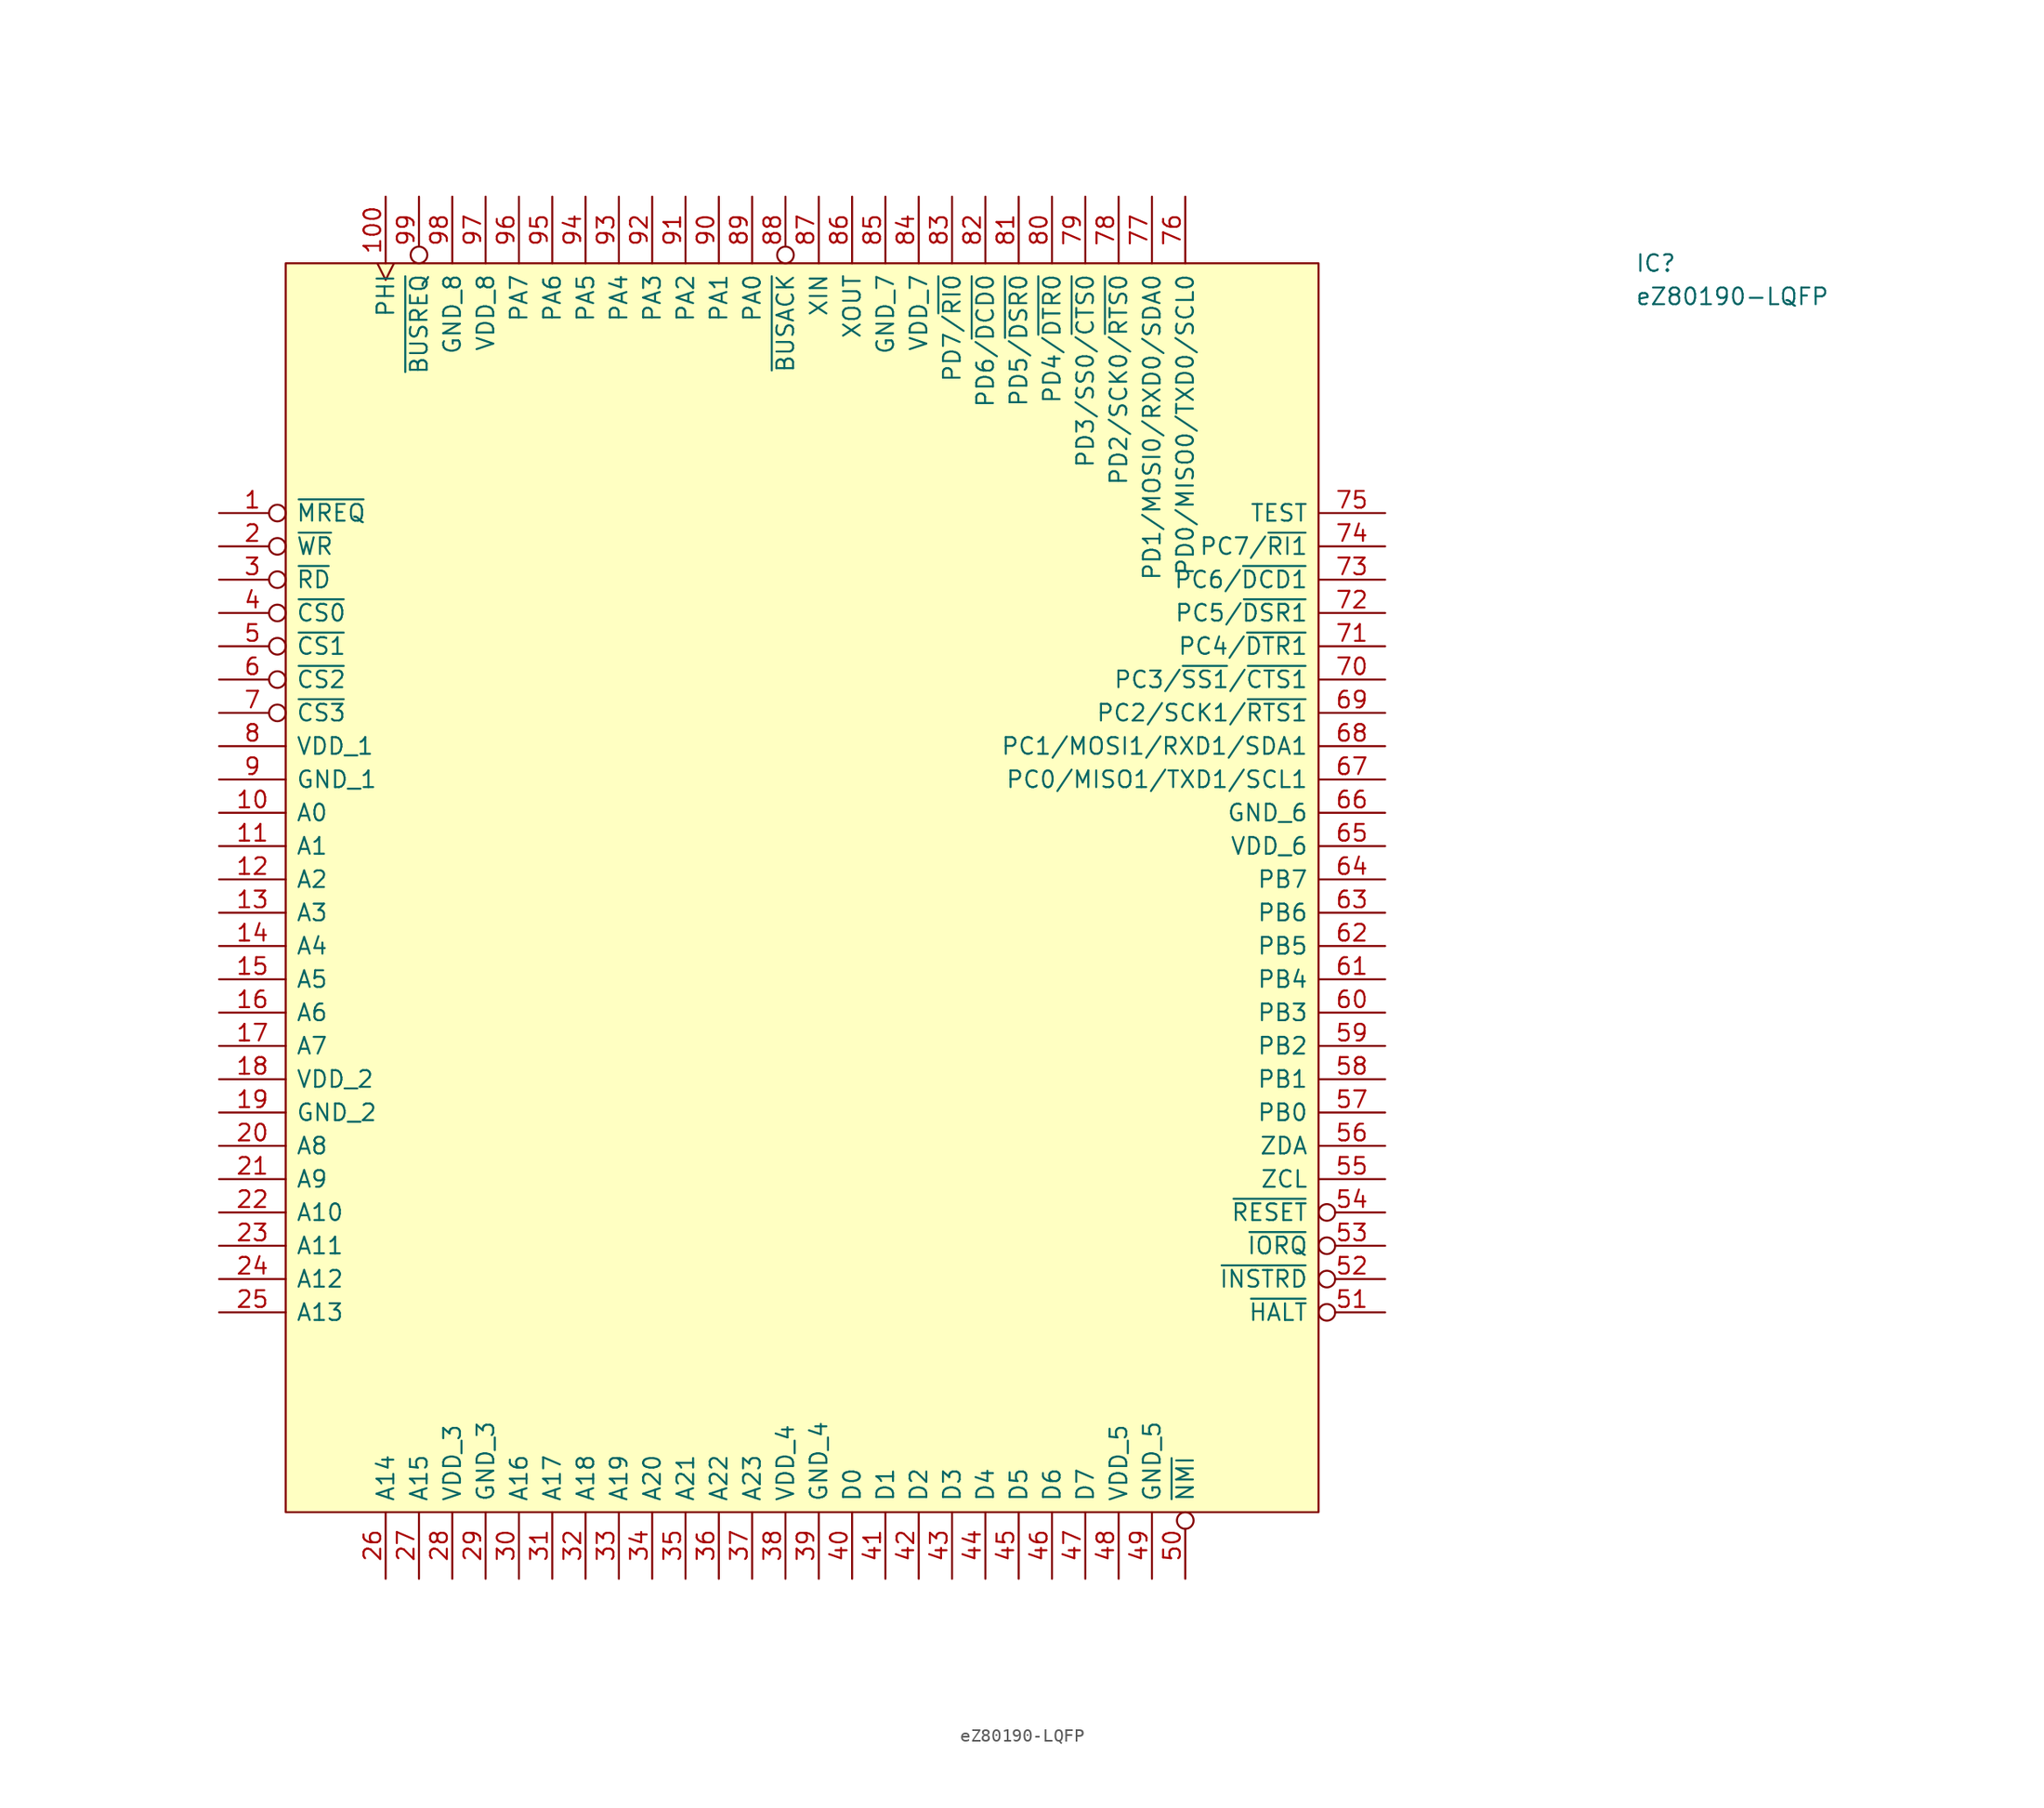
<source format=kicad_sym>
(kicad_symbol_lib
  (version 20211014)
  (generator kicad_symbol_editor)
  (symbol "eZ80190-LQFP"
    (pin_names
      (offset 0.762))
    (property "Reference" "IC"
      (at 102.87 0 0)
      (effects (font (size 1.27 1.27)) (justify left)))
    (property "Value" "eZ80190-LQFP"
      (at 102.87 -2.54 0)
      (effects (font (size 1.27 1.27)) (justify left)))
    (symbol "eZ80190-LQFP_0_0"
      (pin bidirectional inverted (at -5.08 -19.05 0) (length 5.08) (name "~{MREQ}" (effects (font (size 1.27 1.27)))) (number "1" (effects (font (size 1.27 1.27)))))
      (pin bidirectional line (at -5.08 -41.91 0) (length 5.08) (name "A0" (effects (font (size 1.27 1.27)))) (number "10" (effects (font (size 1.27 1.27)))))
      (pin output clock (at 7.62 5.08 270) (length 5.08) (name "PHI" (effects (font (size 1.27 1.27)))) (number "100" (effects (font (size 1.27 1.27)))))
      (pin bidirectional line (at -5.08 -44.45 0) (length 5.08) (name "A1" (effects (font (size 1.27 1.27)))) (number "11" (effects (font (size 1.27 1.27)))))
      (pin bidirectional line (at -5.08 -46.99 0) (length 5.08) (name "A2" (effects (font (size 1.27 1.27)))) (number "12" (effects (font (size 1.27 1.27)))))
      (pin bidirectional line (at -5.08 -49.53 0) (length 5.08) (name "A3" (effects (font (size 1.27 1.27)))) (number "13" (effects (font (size 1.27 1.27)))))
      (pin bidirectional line (at -5.08 -52.07 0) (length 5.08) (name "A4" (effects (font (size 1.27 1.27)))) (number "14" (effects (font (size 1.27 1.27)))))
      (pin bidirectional line (at -5.08 -54.61 0) (length 5.08) (name "A5" (effects (font (size 1.27 1.27)))) (number "15" (effects (font (size 1.27 1.27)))))
      (pin bidirectional line (at -5.08 -57.15 0) (length 5.08) (name "A6" (effects (font (size 1.27 1.27)))) (number "16" (effects (font (size 1.27 1.27)))))
      (pin bidirectional line (at -5.08 -59.69 0) (length 5.08) (name "A7" (effects (font (size 1.27 1.27)))) (number "17" (effects (font (size 1.27 1.27)))))
      (pin power_in line (at -5.08 -62.23 0) (length 5.08) (name "VDD_2" (effects (font (size 1.27 1.27)))) (number "18" (effects (font (size 1.27 1.27)))))
      (pin power_in line (at -5.08 -64.77 0) (length 5.08) (name "GND_2" (effects (font (size 1.27 1.27)))) (number "19" (effects (font (size 1.27 1.27)))))
      (pin output inverted (at -5.08 -21.59 0) (length 5.08) (name "~{WR}" (effects (font (size 1.27 1.27)))) (number "2" (effects (font (size 1.27 1.27)))))
      (pin bidirectional line (at -5.08 -67.31 0) (length 5.08) (name "A8" (effects (font (size 1.27 1.27)))) (number "20" (effects (font (size 1.27 1.27)))))
      (pin bidirectional line (at -5.08 -69.85 0) (length 5.08) (name "A9" (effects (font (size 1.27 1.27)))) (number "21" (effects (font (size 1.27 1.27)))))
      (pin bidirectional line (at -5.08 -72.39 0) (length 5.08) (name "A10" (effects (font (size 1.27 1.27)))) (number "22" (effects (font (size 1.27 1.27)))))
      (pin bidirectional line (at -5.08 -74.93 0) (length 5.08) (name "A11" (effects (font (size 1.27 1.27)))) (number "23" (effects (font (size 1.27 1.27)))))
      (pin bidirectional line (at -5.08 -77.47 0) (length 5.08) (name "A12" (effects (font (size 1.27 1.27)))) (number "24" (effects (font (size 1.27 1.27)))))
      (pin bidirectional line (at -5.08 -80.01 0) (length 5.08) (name "A13" (effects (font (size 1.27 1.27)))) (number "25" (effects (font (size 1.27 1.27)))))
      (pin bidirectional line (at 7.62 -100.33 90) (length 5.08) (name "A14" (effects (font (size 1.27 1.27)))) (number "26" (effects (font (size 1.27 1.27)))))
      (pin bidirectional line (at 10.16 -100.33 90) (length 5.08) (name "A15" (effects (font (size 1.27 1.27)))) (number "27" (effects (font (size 1.27 1.27)))))
      (pin power_in line (at 12.7 -100.33 90) (length 5.08) (name "VDD_3" (effects (font (size 1.27 1.27)))) (number "28" (effects (font (size 1.27 1.27)))))
      (pin power_in line (at 15.24 -100.33 90) (length 5.08) (name "GND_3" (effects (font (size 1.27 1.27)))) (number "29" (effects (font (size 1.27 1.27)))))
      (pin output inverted (at -5.08 -24.13 0) (length 5.08) (name "~{RD}" (effects (font (size 1.27 1.27)))) (number "3" (effects (font (size 1.27 1.27)))))
      (pin bidirectional line (at 17.78 -100.33 90) (length 5.08) (name "A16" (effects (font (size 1.27 1.27)))) (number "30" (effects (font (size 1.27 1.27)))))
      (pin bidirectional line (at 20.32 -100.33 90) (length 5.08) (name "A17" (effects (font (size 1.27 1.27)))) (number "31" (effects (font (size 1.27 1.27)))))
      (pin bidirectional line (at 22.86 -100.33 90) (length 5.08) (name "A18" (effects (font (size 1.27 1.27)))) (number "32" (effects (font (size 1.27 1.27)))))
      (pin bidirectional line (at 25.4 -100.33 90) (length 5.08) (name "A19" (effects (font (size 1.27 1.27)))) (number "33" (effects (font (size 1.27 1.27)))))
      (pin bidirectional line (at 27.94 -100.33 90) (length 5.08) (name "A20" (effects (font (size 1.27 1.27)))) (number "34" (effects (font (size 1.27 1.27)))))
      (pin bidirectional line (at 30.48 -100.33 90) (length 5.08) (name "A21" (effects (font (size 1.27 1.27)))) (number "35" (effects (font (size 1.27 1.27)))))
      (pin bidirectional line (at 33.02 -100.33 90) (length 5.08) (name "A22" (effects (font (size 1.27 1.27)))) (number "36" (effects (font (size 1.27 1.27)))))
      (pin bidirectional line (at 35.56 -100.33 90) (length 5.08) (name "A23" (effects (font (size 1.27 1.27)))) (number "37" (effects (font (size 1.27 1.27)))))
      (pin power_in line (at 38.1 -100.33 90) (length 5.08) (name "VDD_4" (effects (font (size 1.27 1.27)))) (number "38" (effects (font (size 1.27 1.27)))))
      (pin power_in line (at 40.64 -100.33 90) (length 5.08) (name "GND_4" (effects (font (size 1.27 1.27)))) (number "39" (effects (font (size 1.27 1.27)))))
      (pin output inverted (at -5.08 -26.67 0) (length 5.08) (name "~{CS0}" (effects (font (size 1.27 1.27)))) (number "4" (effects (font (size 1.27 1.27)))))
      (pin tri_state line (at 43.18 -100.33 90) (length 5.08) (name "D0" (effects (font (size 1.27 1.27)))) (number "40" (effects (font (size 1.27 1.27)))))
      (pin tri_state line (at 45.72 -100.33 90) (length 5.08) (name "D1" (effects (font (size 1.27 1.27)))) (number "41" (effects (font (size 1.27 1.27)))))
      (pin tri_state line (at 48.26 -100.33 90) (length 5.08) (name "D2" (effects (font (size 1.27 1.27)))) (number "42" (effects (font (size 1.27 1.27)))))
      (pin tri_state line (at 50.8 -100.33 90) (length 5.08) (name "D3" (effects (font (size 1.27 1.27)))) (number "43" (effects (font (size 1.27 1.27)))))
      (pin tri_state line (at 53.34 -100.33 90) (length 5.08) (name "D4" (effects (font (size 1.27 1.27)))) (number "44" (effects (font (size 1.27 1.27)))))
      (pin tri_state line (at 55.88 -100.33 90) (length 5.08) (name "D5" (effects (font (size 1.27 1.27)))) (number "45" (effects (font (size 1.27 1.27)))))
      (pin tri_state line (at 58.42 -100.33 90) (length 5.08) (name "D6" (effects (font (size 1.27 1.27)))) (number "46" (effects (font (size 1.27 1.27)))))
      (pin tri_state line (at 60.96 -100.33 90) (length 5.08) (name "D7" (effects (font (size 1.27 1.27)))) (number "47" (effects (font (size 1.27 1.27)))))
      (pin power_in line (at 63.5 -100.33 90) (length 5.08) (name "VDD_5" (effects (font (size 1.27 1.27)))) (number "48" (effects (font (size 1.27 1.27)))))
      (pin power_in line (at 66.04 -100.33 90) (length 5.08) (name "GND_5" (effects (font (size 1.27 1.27)))) (number "49" (effects (font (size 1.27 1.27)))))
      (pin output inverted (at -5.08 -29.21 0) (length 5.08) (name "~{CS1}" (effects (font (size 1.27 1.27)))) (number "5" (effects (font (size 1.27 1.27)))))
      (pin input inverted (at 68.58 -100.33 90) (length 5.08) (name "~{NMI}" (effects (font (size 1.27 1.27)))) (number "50" (effects (font (size 1.27 1.27)))))
      (pin output inverted (at 83.82 -80.01 180) (length 5.08) (name "~{HALT}" (effects (font (size 1.27 1.27)))) (number "51" (effects (font (size 1.27 1.27)))))
      (pin output inverted (at 83.82 -77.47 180) (length 5.08) (name "~{INSTRD}" (effects (font (size 1.27 1.27)))) (number "52" (effects (font (size 1.27 1.27)))))
      (pin bidirectional inverted (at 83.82 -74.93 180) (length 5.08) (name "~{IORQ}" (effects (font (size 1.27 1.27)))) (number "53" (effects (font (size 1.27 1.27)))))
      (pin input inverted (at 83.82 -72.39 180) (length 5.08) (name "~{RESET}" (effects (font (size 1.27 1.27)))) (number "54" (effects (font (size 1.27 1.27)))))
      (pin input line (at 83.82 -69.85 180) (length 5.08) (name "ZCL" (effects (font (size 1.27 1.27)))) (number "55" (effects (font (size 1.27 1.27)))))
      (pin open_collector line (at 83.82 -67.31 180) (length 5.08) (name "ZDA" (effects (font (size 1.27 1.27)))) (number "56" (effects (font (size 1.27 1.27)))))
      (pin bidirectional line (at 83.82 -64.77 180) (length 5.08) (name "PB0" (effects (font (size 1.27 1.27)))) (number "57" (effects (font (size 1.27 1.27)))))
      (pin bidirectional line (at 83.82 -62.23 180) (length 5.08) (name "PB1" (effects (font (size 1.27 1.27)))) (number "58" (effects (font (size 1.27 1.27)))))
      (pin bidirectional line (at 83.82 -59.69 180) (length 5.08) (name "PB2" (effects (font (size 1.27 1.27)))) (number "59" (effects (font (size 1.27 1.27)))))
      (pin output inverted (at -5.08 -31.75 0) (length 5.08) (name "~{CS2}" (effects (font (size 1.27 1.27)))) (number "6" (effects (font (size 1.27 1.27)))))
      (pin bidirectional line (at 83.82 -57.15 180) (length 5.08) (name "PB3" (effects (font (size 1.27 1.27)))) (number "60" (effects (font (size 1.27 1.27)))))
      (pin bidirectional line (at 83.82 -54.61 180) (length 5.08) (name "PB4" (effects (font (size 1.27 1.27)))) (number "61" (effects (font (size 1.27 1.27)))))
      (pin bidirectional line (at 83.82 -52.07 180) (length 5.08) (name "PB5" (effects (font (size 1.27 1.27)))) (number "62" (effects (font (size 1.27 1.27)))))
      (pin bidirectional line (at 83.82 -49.53 180) (length 5.08) (name "PB6" (effects (font (size 1.27 1.27)))) (number "63" (effects (font (size 1.27 1.27)))))
      (pin bidirectional line (at 83.82 -46.99 180) (length 5.08) (name "PB7" (effects (font (size 1.27 1.27)))) (number "64" (effects (font (size 1.27 1.27)))))
      (pin power_in line (at 83.82 -44.45 180) (length 5.08) (name "VDD_6" (effects (font (size 1.27 1.27)))) (number "65" (effects (font (size 1.27 1.27)))))
      (pin power_in line (at 83.82 -41.91 180) (length 5.08) (name "GND_6" (effects (font (size 1.27 1.27)))) (number "66" (effects (font (size 1.27 1.27)))))
      (pin bidirectional line (at 83.82 -39.37 180) (length 5.08) (name "PC0/MISO1/TXD1/SCL1" (effects (font (size 1.27 1.27)))) (number "67" (effects (font (size 1.27 1.27)))))
      (pin bidirectional line (at 83.82 -36.83 180) (length 5.08) (name "PC1/MOSI1/RXD1/SDA1" (effects (font (size 1.27 1.27)))) (number "68" (effects (font (size 1.27 1.27)))))
      (pin bidirectional line (at 83.82 -34.29 180) (length 5.08) (name "PC2/SCK1/~{RTS1}" (effects (font (size 1.27 1.27)))) (number "69" (effects (font (size 1.27 1.27)))))
      (pin output inverted (at -5.08 -34.29 0) (length 5.08) (name "~{CS3}" (effects (font (size 1.27 1.27)))) (number "7" (effects (font (size 1.27 1.27)))))
      (pin bidirectional line (at 83.82 -31.75 180) (length 5.08) (name "PC3/~{SS1}/~{CTS1}" (effects (font (size 1.27 1.27)))) (number "70" (effects (font (size 1.27 1.27)))))
      (pin bidirectional line (at 83.82 -29.21 180) (length 5.08) (name "PC4/~{DTR1}" (effects (font (size 1.27 1.27)))) (number "71" (effects (font (size 1.27 1.27)))))
      (pin bidirectional line (at 83.82 -26.67 180) (length 5.08) (name "PC5/~{DSR1}" (effects (font (size 1.27 1.27)))) (number "72" (effects (font (size 1.27 1.27)))))
      (pin bidirectional line (at 83.82 -24.13 180) (length 5.08) (name "PC6/~{DCD1}" (effects (font (size 1.27 1.27)))) (number "73" (effects (font (size 1.27 1.27)))))
      (pin bidirectional line (at 83.82 -21.59 180) (length 5.08) (name "PC7/~{RI1}" (effects (font (size 1.27 1.27)))) (number "74" (effects (font (size 1.27 1.27)))))
      (pin input line (at 83.82 -19.05 180) (length 5.08) (name "TEST" (effects (font (size 1.27 1.27)))) (number "75" (effects (font (size 1.27 1.27)))))
      (pin bidirectional line (at 68.58 5.08 270) (length 5.08) (name "PD0/MISO0/TXD0/SCL0" (effects (font (size 1.27 1.27)))) (number "76" (effects (font (size 1.27 1.27)))))
      (pin bidirectional line (at 66.04 5.08 270) (length 5.08) (name "PD1/MOSI0/RXD0/SDA0" (effects (font (size 1.27 1.27)))) (number "77" (effects (font (size 1.27 1.27)))))
      (pin bidirectional line (at 63.5 5.08 270) (length 5.08) (name "PD2/SCK0/~{RTS0}" (effects (font (size 1.27 1.27)))) (number "78" (effects (font (size 1.27 1.27)))))
      (pin bidirectional line (at 60.96 5.08 270) (length 5.08) (name "PD3/SS0/~{CTS0}" (effects (font (size 1.27 1.27)))) (number "79" (effects (font (size 1.27 1.27)))))
      (pin power_in line (at -5.08 -36.83 0) (length 5.08) (name "VDD_1" (effects (font (size 1.27 1.27)))) (number "8" (effects (font (size 1.27 1.27)))))
      (pin bidirectional line (at 58.42 5.08 270) (length 5.08) (name "PD4/~{DTR0}" (effects (font (size 1.27 1.27)))) (number "80" (effects (font (size 1.27 1.27)))))
      (pin bidirectional line (at 55.88 5.08 270) (length 5.08) (name "PD5/~{DSR0}" (effects (font (size 1.27 1.27)))) (number "81" (effects (font (size 1.27 1.27)))))
      (pin bidirectional line (at 53.34 5.08 270) (length 5.08) (name "PD6/~{DCD0}" (effects (font (size 1.27 1.27)))) (number "82" (effects (font (size 1.27 1.27)))))
      (pin bidirectional line (at 50.8 5.08 270) (length 5.08) (name "PD7/~{RI0}" (effects (font (size 1.27 1.27)))) (number "83" (effects (font (size 1.27 1.27)))))
      (pin power_in line (at 48.26 5.08 270) (length 5.08) (name "VDD_7" (effects (font (size 1.27 1.27)))) (number "84" (effects (font (size 1.27 1.27)))))
      (pin power_in line (at 45.72 5.08 270) (length 5.08) (name "GND_7" (effects (font (size 1.27 1.27)))) (number "85" (effects (font (size 1.27 1.27)))))
      (pin output line (at 43.18 5.08 270) (length 5.08) (name "XOUT" (effects (font (size 1.27 1.27)))) (number "86" (effects (font (size 1.27 1.27)))))
      (pin input line (at 40.64 5.08 270) (length 5.08) (name "XIN" (effects (font (size 1.27 1.27)))) (number "87" (effects (font (size 1.27 1.27)))))
      (pin output inverted (at 38.1 5.08 270) (length 5.08) (name "~{BUSACK}" (effects (font (size 1.27 1.27)))) (number "88" (effects (font (size 1.27 1.27)))))
      (pin bidirectional line (at 35.56 5.08 270) (length 5.08) (name "PA0" (effects (font (size 1.27 1.27)))) (number "89" (effects (font (size 1.27 1.27)))))
      (pin power_in line (at -5.08 -39.37 0) (length 5.08) (name "GND_1" (effects (font (size 1.27 1.27)))) (number "9" (effects (font (size 1.27 1.27)))))
      (pin bidirectional line (at 33.02 5.08 270) (length 5.08) (name "PA1" (effects (font (size 1.27 1.27)))) (number "90" (effects (font (size 1.27 1.27)))))
      (pin bidirectional line (at 30.48 5.08 270) (length 5.08) (name "PA2" (effects (font (size 1.27 1.27)))) (number "91" (effects (font (size 1.27 1.27)))))
      (pin bidirectional line (at 27.94 5.08 270) (length 5.08) (name "PA3" (effects (font (size 1.27 1.27)))) (number "92" (effects (font (size 1.27 1.27)))))
      (pin bidirectional line (at 25.4 5.08 270) (length 5.08) (name "PA4" (effects (font (size 1.27 1.27)))) (number "93" (effects (font (size 1.27 1.27)))))
      (pin bidirectional line (at 22.86 5.08 270) (length 5.08) (name "PA5" (effects (font (size 1.27 1.27)))) (number "94" (effects (font (size 1.27 1.27)))))
      (pin bidirectional line (at 20.32 5.08 270) (length 5.08) (name "PA6" (effects (font (size 1.27 1.27)))) (number "95" (effects (font (size 1.27 1.27)))))
      (pin bidirectional line (at 17.78 5.08 270) (length 5.08) (name "PA7" (effects (font (size 1.27 1.27)))) (number "96" (effects (font (size 1.27 1.27)))))
      (pin power_in line (at 15.24 5.08 270) (length 5.08) (name "VDD_8" (effects (font (size 1.27 1.27)))) (number "97" (effects (font (size 1.27 1.27)))))
      (pin power_in line (at 12.7 5.08 270) (length 5.08) (name "GND_8" (effects (font (size 1.27 1.27)))) (number "98" (effects (font (size 1.27 1.27)))))
      (pin input inverted (at 10.16 5.08 270) (length 5.08) (name "~{BUSREQ}" (effects (font (size 1.27 1.27)))) (number "99" (effects (font (size 1.27 1.27))))))
    (symbol "eZ80190-LQFP_0_1"
      (rectangle (start 0 0) (end 78.74 -95.25) (stroke (width 0) (type solid)) (fill (type background))))))
</source>
